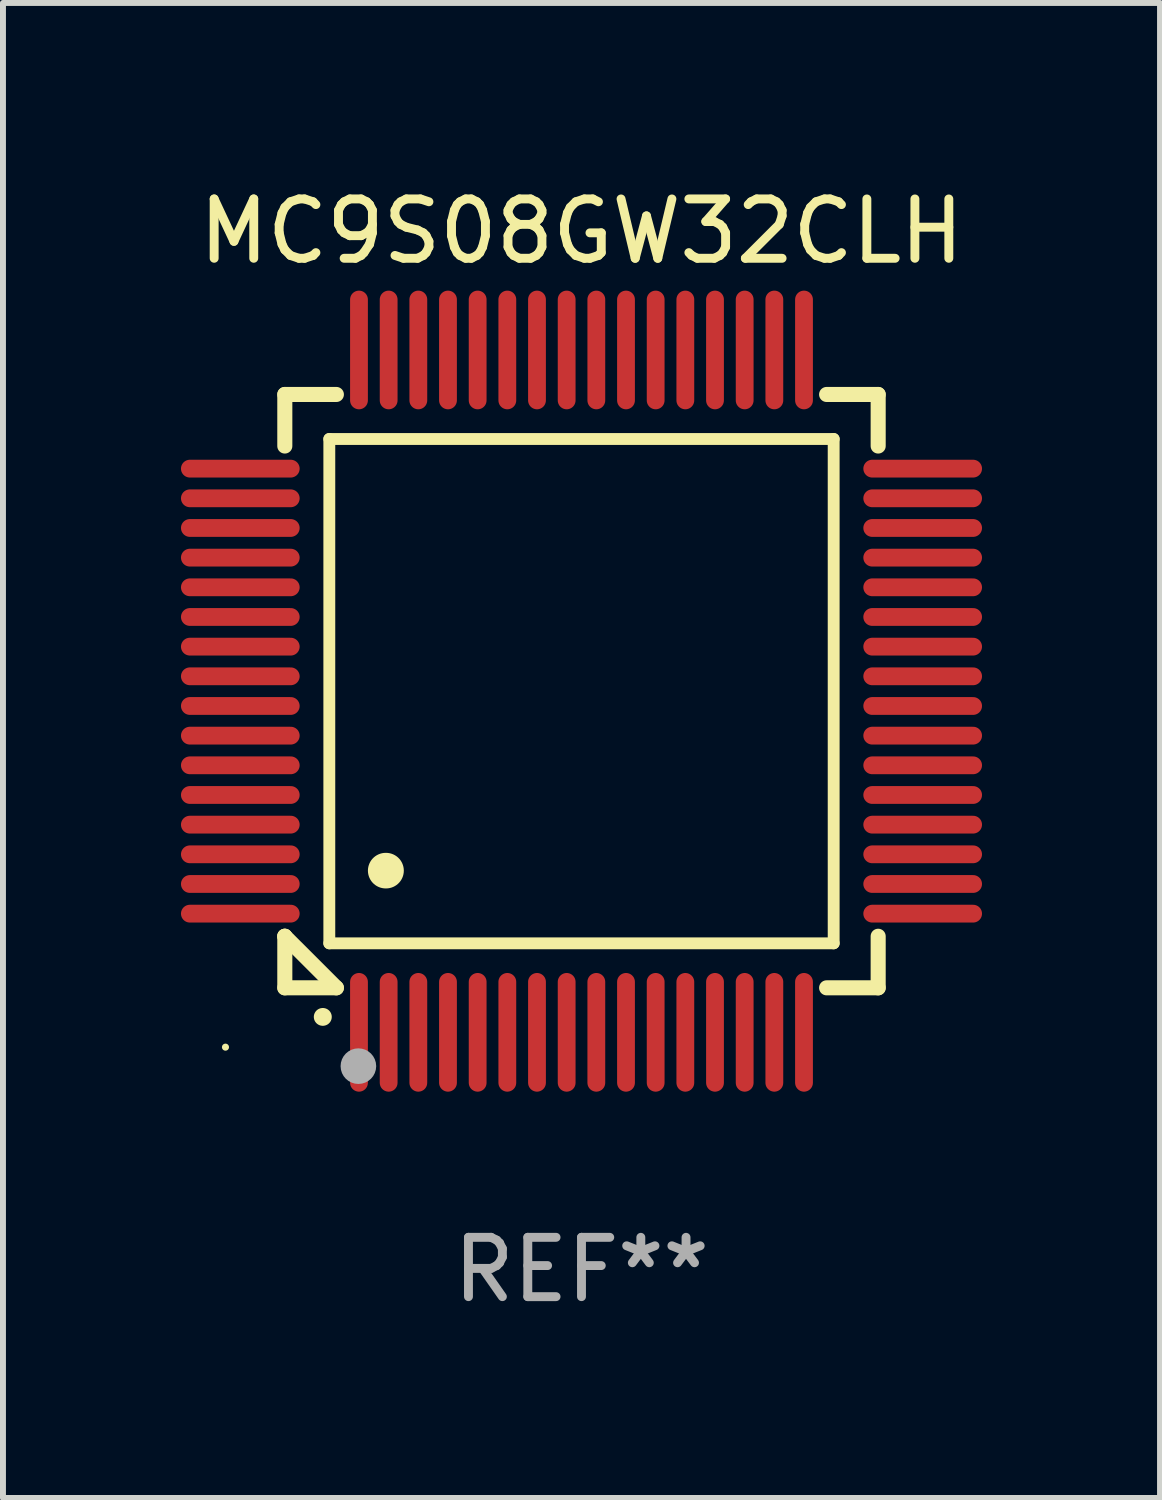
<source format=kicad_pcb>
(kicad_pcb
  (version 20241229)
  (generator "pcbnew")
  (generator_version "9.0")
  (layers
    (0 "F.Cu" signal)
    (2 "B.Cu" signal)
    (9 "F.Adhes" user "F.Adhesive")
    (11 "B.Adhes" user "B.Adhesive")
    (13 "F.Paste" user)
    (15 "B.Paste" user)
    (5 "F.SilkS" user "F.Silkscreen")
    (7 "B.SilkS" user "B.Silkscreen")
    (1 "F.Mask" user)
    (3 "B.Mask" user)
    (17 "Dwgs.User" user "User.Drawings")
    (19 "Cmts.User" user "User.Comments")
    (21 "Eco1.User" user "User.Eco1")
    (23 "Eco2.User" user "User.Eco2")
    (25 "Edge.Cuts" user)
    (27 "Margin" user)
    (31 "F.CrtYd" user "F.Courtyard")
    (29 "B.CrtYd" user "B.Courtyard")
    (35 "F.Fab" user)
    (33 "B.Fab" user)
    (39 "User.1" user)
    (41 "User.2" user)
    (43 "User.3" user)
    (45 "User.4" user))
  (footprint "MC9S08GW32CLH"
    (layer "F.Cu")
    (at 6.75 8.598)
    (property "Reference" "MC9S08GW32CLH" (at 0 -7.75 0) (layer "F.SilkS") (effects (font (size 1 1) (thickness 0.15))))
    (attr through_hole)
    (fp_line (start -5 -5) (end -4.131 -5) (stroke (width 0.254) (type solid)) (layer "F.SilkS"))
    (fp_line (start -5 -4.131) (end -5 -5) (stroke (width 0.254) (type solid)) (layer "F.SilkS"))
    (fp_line (start -5 4.131) (end -5 4.131) (stroke (width 0.254) (type solid)) (layer "F.SilkS"))
    (fp_line (start -5 5) (end -5 4.131) (stroke (width 0.254) (type solid)) (layer "F.SilkS"))
    (fp_line (start -5 4.131) (end -4.131 5) (stroke (width 0.254) (type solid)) (layer "F.SilkS"))
    (fp_line (start -4.25 -4.25) (end -4.25 4.25) (stroke (width 0.2) (type solid)) (layer "F.SilkS"))
    (fp_line (start -4.25 4.25) (end 4.25 4.25) (stroke (width 0.2) (type solid)) (layer "F.SilkS"))
    (fp_line (start -4.131 5) (end -5 5) (stroke (width 0.254) (type solid)) (layer "F.SilkS"))
    (fp_line (start 4.25 -4.25) (end -4.25 -4.25) (stroke (width 0.2) (type solid)) (layer "F.SilkS"))
    (fp_line (start 4.25 4.25) (end 4.25 -4.25) (stroke (width 0.2) (type solid)) (layer "F.SilkS"))
    (fp_line (start 5 -5) (end 4.131 -5) (stroke (width 0.254) (type solid)) (layer "F.SilkS"))
    (fp_line (start 5 -5) (end 5 -4.131) (stroke (width 0.254) (type solid)) (layer "F.SilkS"))
    (fp_line (start 5 4.131) (end 5 5) (stroke (width 0.254) (type solid)) (layer "F.SilkS"))
    (fp_line (start 5 5) (end 4.131 5) (stroke (width 0.254) (type solid)) (layer "F.SilkS"))
    (fp_arc (start -4.361265 5.489992) (mid -4.359995 5.489987) (end -4.358725 5.489992) (stroke (width 0.3) (type solid)) (layer "F.SilkS"))
    (fp_arc (start -3.299467 3.025146) (mid -3.296927 3.025135) (end -3.294387 3.025146) (stroke (width 0.6) (type solid)) (layer "F.SilkS"))
    (fp_circle (center -6 6) (end -5.97 6) (stroke (width 0.06) (type solid)) (fill no) (layer "F.SilkS"))
    (fp_circle (center -3.76 6.32) (end -3.61 6.32) (stroke (width 0.3) (type solid)) (fill no) (layer "F.Fab"))
    (fp_text user "REF**" (at 0 9.75 0) (layer "F.Fab") (effects (font (size 1 1) (thickness 0.15))))
    (pad "1" smd oval (at -3.75 5.75) (size 0.3 2) (layers "F.Cu" "F.Mask" "F.Paste"))
    (pad "2" smd oval (at -3.25 5.75) (size 0.3 2) (layers "F.Cu" "F.Mask" "F.Paste"))
    (pad "3" smd oval (at -2.75 5.75) (size 0.3 2) (layers "F.Cu" "F.Mask" "F.Paste"))
    (pad "4" smd oval (at -2.25 5.75) (size 0.3 2) (layers "F.Cu" "F.Mask" "F.Paste"))
    (pad "5" smd oval (at -1.75 5.75) (size 0.3 2) (layers "F.Cu" "F.Mask" "F.Paste"))
    (pad "6" smd oval (at -1.25 5.75) (size 0.3 2) (layers "F.Cu" "F.Mask" "F.Paste"))
    (pad "7" smd oval (at -0.75 5.75) (size 0.3 2) (layers "F.Cu" "F.Mask" "F.Paste"))
    (pad "8" smd oval (at -0.25 5.75) (size 0.3 2) (layers "F.Cu" "F.Mask" "F.Paste"))
    (pad "9" smd oval (at 0.25 5.75) (size 0.3 2) (layers "F.Cu" "F.Mask" "F.Paste"))
    (pad "10" smd oval (at 0.75 5.75) (size 0.3 2) (layers "F.Cu" "F.Mask" "F.Paste"))
    (pad "11" smd oval (at 1.25 5.75) (size 0.3 2) (layers "F.Cu" "F.Mask" "F.Paste"))
    (pad "12" smd oval (at 1.75 5.75) (size 0.3 2) (layers "F.Cu" "F.Mask" "F.Paste"))
    (pad "13" smd oval (at 2.25 5.75) (size 0.3 2) (layers "F.Cu" "F.Mask" "F.Paste"))
    (pad "14" smd oval (at 2.75 5.75) (size 0.3 2) (layers "F.Cu" "F.Mask" "F.Paste"))
    (pad "15" smd oval (at 3.25 5.75) (size 0.3 2) (layers "F.Cu" "F.Mask" "F.Paste"))
    (pad "16" smd oval (at 3.75 5.75) (size 0.3 2) (layers "F.Cu" "F.Mask" "F.Paste"))
    (pad "17" smd oval (at 5.75 3.75) (size 2 0.3) (layers "F.Cu" "F.Mask" "F.Paste"))
    (pad "18" smd oval (at 5.75 3.25) (size 2 0.3) (layers "F.Cu" "F.Mask" "F.Paste"))
    (pad "19" smd oval (at 5.75 2.75) (size 2 0.3) (layers "F.Cu" "F.Mask" "F.Paste"))
    (pad "20" smd oval (at 5.75 2.25) (size 2 0.3) (layers "F.Cu" "F.Mask" "F.Paste"))
    (pad "21" smd oval (at 5.75 1.75) (size 2 0.3) (layers "F.Cu" "F.Mask" "F.Paste"))
    (pad "22" smd oval (at 5.75 1.25) (size 2 0.3) (layers "F.Cu" "F.Mask" "F.Paste"))
    (pad "23" smd oval (at 5.75 0.75) (size 2 0.3) (layers "F.Cu" "F.Mask" "F.Paste"))
    (pad "24" smd oval (at 5.75 0.25) (size 2 0.3) (layers "F.Cu" "F.Mask" "F.Paste"))
    (pad "25" smd oval (at 5.75 -0.25) (size 2 0.3) (layers "F.Cu" "F.Mask" "F.Paste"))
    (pad "26" smd oval (at 5.75 -0.75) (size 2 0.3) (layers "F.Cu" "F.Mask" "F.Paste"))
    (pad "27" smd oval (at 5.75 -1.25) (size 2 0.3) (layers "F.Cu" "F.Mask" "F.Paste"))
    (pad "28" smd oval (at 5.75 -1.75) (size 2 0.3) (layers "F.Cu" "F.Mask" "F.Paste"))
    (pad "29" smd oval (at 5.75 -2.25) (size 2 0.3) (layers "F.Cu" "F.Mask" "F.Paste"))
    (pad "30" smd oval (at 5.75 -2.75) (size 2 0.3) (layers "F.Cu" "F.Mask" "F.Paste"))
    (pad "31" smd oval (at 5.75 -3.25) (size 2 0.3) (layers "F.Cu" "F.Mask" "F.Paste"))
    (pad "32" smd oval (at 5.75 -3.75) (size 2 0.3) (layers "F.Cu" "F.Mask" "F.Paste"))
    (pad "33" smd oval (at 3.75 -5.75) (size 0.3 2) (layers "F.Cu" "F.Mask" "F.Paste"))
    (pad "34" smd oval (at 3.25 -5.75) (size 0.3 2) (layers "F.Cu" "F.Mask" "F.Paste"))
    (pad "35" smd oval (at 2.75 -5.75) (size 0.3 2) (layers "F.Cu" "F.Mask" "F.Paste"))
    (pad "36" smd oval (at 2.25 -5.75) (size 0.3 2) (layers "F.Cu" "F.Mask" "F.Paste"))
    (pad "37" smd oval (at 1.75 -5.75) (size 0.3 2) (layers "F.Cu" "F.Mask" "F.Paste"))
    (pad "38" smd oval (at 1.25 -5.75) (size 0.3 2) (layers "F.Cu" "F.Mask" "F.Paste"))
    (pad "39" smd oval (at 0.75 -5.75) (size 0.3 2) (layers "F.Cu" "F.Mask" "F.Paste"))
    (pad "40" smd oval (at 0.25 -5.75) (size 0.3 2) (layers "F.Cu" "F.Mask" "F.Paste"))
    (pad "41" smd oval (at -0.25 -5.75) (size 0.3 2) (layers "F.Cu" "F.Mask" "F.Paste"))
    (pad "42" smd oval (at -0.75 -5.75) (size 0.3 2) (layers "F.Cu" "F.Mask" "F.Paste"))
    (pad "43" smd oval (at -1.25 -5.75) (size 0.3 2) (layers "F.Cu" "F.Mask" "F.Paste"))
    (pad "44" smd oval (at -1.75 -5.75) (size 0.3 2) (layers "F.Cu" "F.Mask" "F.Paste"))
    (pad "45" smd oval (at -2.25 -5.75) (size 0.3 2) (layers "F.Cu" "F.Mask" "F.Paste"))
    (pad "46" smd oval (at -2.75 -5.75) (size 0.3 2) (layers "F.Cu" "F.Mask" "F.Paste"))
    (pad "47" smd oval (at -3.25 -5.75) (size 0.3 2) (layers "F.Cu" "F.Mask" "F.Paste"))
    (pad "48" smd oval (at -3.75 -5.75) (size 0.3 2) (layers "F.Cu" "F.Mask" "F.Paste"))
    (pad "49" smd oval (at -5.75 -3.75) (size 2 0.3) (layers "F.Cu" "F.Mask" "F.Paste"))
    (pad "50" smd oval (at -5.75 -3.25) (size 2 0.3) (layers "F.Cu" "F.Mask" "F.Paste"))
    (pad "51" smd oval (at -5.75 -2.75) (size 2 0.3) (layers "F.Cu" "F.Mask" "F.Paste"))
    (pad "52" smd oval (at -5.75 -2.25) (size 2 0.3) (layers "F.Cu" "F.Mask" "F.Paste"))
    (pad "53" smd oval (at -5.75 -1.75) (size 2 0.3) (layers "F.Cu" "F.Mask" "F.Paste"))
    (pad "54" smd oval (at -5.75 -1.25) (size 2 0.3) (layers "F.Cu" "F.Mask" "F.Paste"))
    (pad "55" smd oval (at -5.75 -0.75) (size 2 0.3) (layers "F.Cu" "F.Mask" "F.Paste"))
    (pad "56" smd oval (at -5.75 -0.25) (size 2 0.3) (layers "F.Cu" "F.Mask" "F.Paste"))
    (pad "57" smd oval (at -5.75 0.25) (size 2 0.3) (layers "F.Cu" "F.Mask" "F.Paste"))
    (pad "58" smd oval (at -5.75 0.75) (size 2 0.3) (layers "F.Cu" "F.Mask" "F.Paste"))
    (pad "59" smd oval (at -5.75 1.25) (size 2 0.3) (layers "F.Cu" "F.Mask" "F.Paste"))
    (pad "60" smd oval (at -5.75 1.75) (size 2 0.3) (layers "F.Cu" "F.Mask" "F.Paste"))
    (pad "61" smd oval (at -5.75 2.25) (size 2 0.3) (layers "F.Cu" "F.Mask" "F.Paste"))
    (pad "62" smd oval (at -5.75 2.75) (size 2 0.3) (layers "F.Cu" "F.Mask" "F.Paste"))
    (pad "63" smd oval (at -5.75 3.25) (size 2 0.3) (layers "F.Cu" "F.Mask" "F.Paste"))
    (pad "64" smd oval (at -5.75 3.75) (size 2 0.3) (layers "F.Cu" "F.Mask" "F.Paste")))
  (gr_rect
    (start -3 -3)
    (end 16.5 22.196)
    (stroke (width 0.1) (type default))
    (fill no)
    (layer "Edge.Cuts")))
</source>
